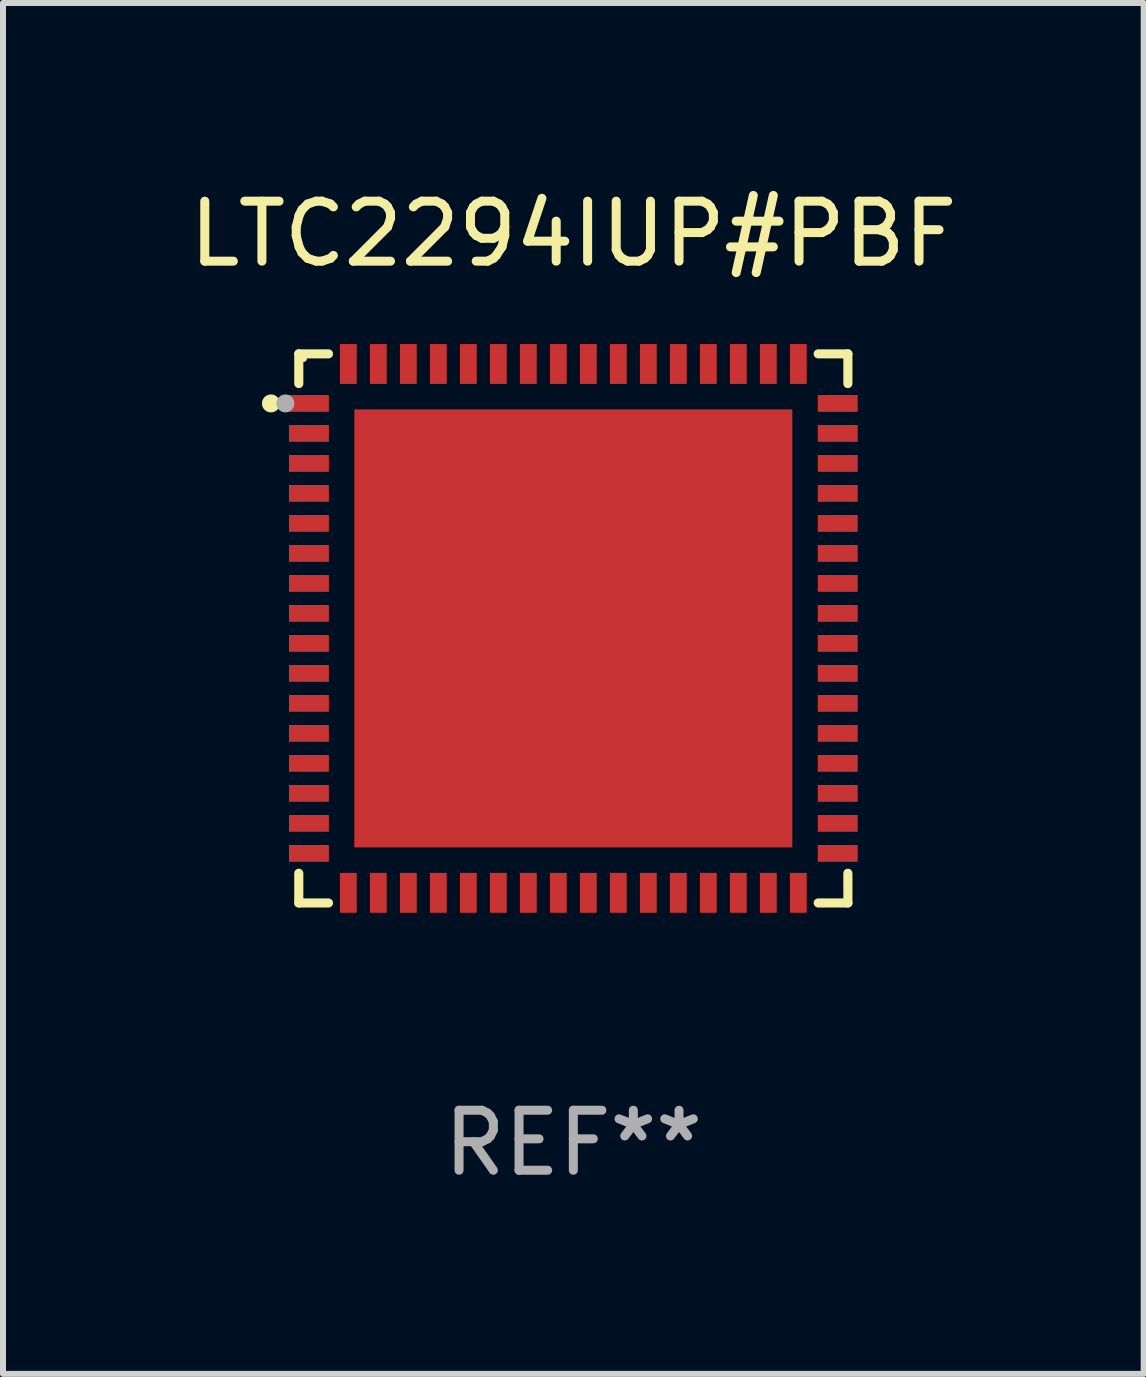
<source format=kicad_pcb>
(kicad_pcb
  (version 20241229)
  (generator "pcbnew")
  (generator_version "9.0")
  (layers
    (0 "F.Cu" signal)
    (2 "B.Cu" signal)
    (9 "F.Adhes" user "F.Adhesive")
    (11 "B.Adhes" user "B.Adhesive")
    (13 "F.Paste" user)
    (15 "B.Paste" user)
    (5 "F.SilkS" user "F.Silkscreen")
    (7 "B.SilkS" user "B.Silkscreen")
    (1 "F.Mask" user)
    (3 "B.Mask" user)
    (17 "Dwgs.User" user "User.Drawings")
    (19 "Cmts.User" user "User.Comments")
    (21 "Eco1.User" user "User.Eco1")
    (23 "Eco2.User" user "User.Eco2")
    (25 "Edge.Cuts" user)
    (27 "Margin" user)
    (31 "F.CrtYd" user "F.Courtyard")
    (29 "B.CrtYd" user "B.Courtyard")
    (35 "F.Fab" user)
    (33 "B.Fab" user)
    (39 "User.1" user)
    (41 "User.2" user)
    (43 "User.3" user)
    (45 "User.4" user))
  (footprint "LTC2294IUP#PBF"
    (layer "F.Cu")
    (at 6.506 7.424)
    (property "Reference" "LTC2294IUP#PBF" (at 0 -6.576 0) (layer "F.SilkS") (effects (font (size 1 1) (thickness 0.15))))
    (attr through_hole)
    (fp_line (start -4.576 -4.576) (end -4.576 -4.081) (stroke (width 0.152) (type solid)) (layer "F.SilkS"))
    (fp_line (start -4.576 4.576) (end -4.576 4.081) (stroke (width 0.152) (type solid)) (layer "F.SilkS"))
    (fp_line (start -4.081 -4.576) (end -4.576 -4.576) (stroke (width 0.152) (type solid)) (layer "F.SilkS"))
    (fp_line (start -4.081 4.576) (end -4.576 4.576) (stroke (width 0.152) (type solid)) (layer "F.SilkS"))
    (fp_line (start 4.081 -4.576) (end 4.576 -4.576) (stroke (width 0.152) (type solid)) (layer "F.SilkS"))
    (fp_line (start 4.081 4.576) (end 4.576 4.576) (stroke (width 0.152) (type solid)) (layer "F.SilkS"))
    (fp_line (start 4.576 -4.576) (end 4.576 -4.081) (stroke (width 0.152) (type solid)) (layer "F.SilkS"))
    (fp_line (start 4.576 4.576) (end 4.576 4.081) (stroke (width 0.152) (type solid)) (layer "F.SilkS"))
    (fp_circle (center -5.04 -3.75) (end -4.965 -3.75) (stroke (width 0.15) (type solid)) (fill no) (layer "F.SilkS"))
    (fp_circle (center -4.5 -4.5) (end -4.47 -4.5) (stroke (width 0.06) (type solid)) (fill no) (layer "F.SilkS"))
    (fp_circle (center -4.8 -3.75) (end -4.725 -3.75) (stroke (width 0.15) (type solid)) (fill no) (layer "F.Fab"))
    (fp_text user "REF**" (at 0 8.576 0) (layer "F.Fab") (effects (font (size 1 1) (thickness 0.15))))
    (pad "1" smd rect (at -4.407 -3.75) (size 0.665 0.28) (layers "F.Cu" "F.Mask" "F.Paste"))
    (pad "2" smd rect (at -4.407 -3.25) (size 0.665 0.28) (layers "F.Cu" "F.Mask" "F.Paste"))
    (pad "3" smd rect (at -4.407 -2.75) (size 0.665 0.28) (layers "F.Cu" "F.Mask" "F.Paste"))
    (pad "4" smd rect (at -4.407 -2.25) (size 0.665 0.28) (layers "F.Cu" "F.Mask" "F.Paste"))
    (pad "5" smd rect (at -4.407 -1.75) (size 0.665 0.28) (layers "F.Cu" "F.Mask" "F.Paste"))
    (pad "6" smd rect (at -4.407 -1.25) (size 0.665 0.28) (layers "F.Cu" "F.Mask" "F.Paste"))
    (pad "7" smd rect (at -4.407 -0.75) (size 0.665 0.28) (layers "F.Cu" "F.Mask" "F.Paste"))
    (pad "8" smd rect (at -4.407 -0.25) (size 0.665 0.28) (layers "F.Cu" "F.Mask" "F.Paste"))
    (pad "9" smd rect (at -4.407 0.25) (size 0.665 0.28) (layers "F.Cu" "F.Mask" "F.Paste"))
    (pad "10" smd rect (at -4.407 0.75) (size 0.665 0.28) (layers "F.Cu" "F.Mask" "F.Paste"))
    (pad "11" smd rect (at -4.407 1.25) (size 0.665 0.28) (layers "F.Cu" "F.Mask" "F.Paste"))
    (pad "12" smd rect (at -4.407 1.75) (size 0.665 0.28) (layers "F.Cu" "F.Mask" "F.Paste"))
    (pad "13" smd rect (at -4.407 2.25) (size 0.665 0.28) (layers "F.Cu" "F.Mask" "F.Paste"))
    (pad "14" smd rect (at -4.407 2.75) (size 0.665 0.28) (layers "F.Cu" "F.Mask" "F.Paste"))
    (pad "15" smd rect (at -4.407 3.25) (size 0.665 0.28) (layers "F.Cu" "F.Mask" "F.Paste"))
    (pad "16" smd rect (at -4.407 3.75) (size 0.665 0.28) (layers "F.Cu" "F.Mask" "F.Paste"))
    (pad "17" smd rect (at -3.75 4.407) (size 0.28 0.665) (layers "F.Cu" "F.Mask" "F.Paste"))
    (pad "18" smd rect (at -3.25 4.407) (size 0.28 0.665) (layers "F.Cu" "F.Mask" "F.Paste"))
    (pad "19" smd rect (at -2.75 4.407) (size 0.28 0.665) (layers "F.Cu" "F.Mask" "F.Paste"))
    (pad "20" smd rect (at -2.25 4.407) (size 0.28 0.665) (layers "F.Cu" "F.Mask" "F.Paste"))
    (pad "21" smd rect (at -1.75 4.407) (size 0.28 0.665) (layers "F.Cu" "F.Mask" "F.Paste"))
    (pad "22" smd rect (at -1.25 4.407) (size 0.28 0.665) (layers "F.Cu" "F.Mask" "F.Paste"))
    (pad "23" smd rect (at -0.75 4.407) (size 0.28 0.665) (layers "F.Cu" "F.Mask" "F.Paste"))
    (pad "24" smd rect (at -0.25 4.407) (size 0.28 0.665) (layers "F.Cu" "F.Mask" "F.Paste"))
    (pad "25" smd rect (at 0.25 4.407) (size 0.28 0.665) (layers "F.Cu" "F.Mask" "F.Paste"))
    (pad "26" smd rect (at 0.75 4.407) (size 0.28 0.665) (layers "F.Cu" "F.Mask" "F.Paste"))
    (pad "27" smd rect (at 1.25 4.407) (size 0.28 0.665) (layers "F.Cu" "F.Mask" "F.Paste"))
    (pad "28" smd rect (at 1.75 4.407) (size 0.28 0.665) (layers "F.Cu" "F.Mask" "F.Paste"))
    (pad "29" smd rect (at 2.25 4.407) (size 0.28 0.665) (layers "F.Cu" "F.Mask" "F.Paste"))
    (pad "30" smd rect (at 2.75 4.407) (size 0.28 0.665) (layers "F.Cu" "F.Mask" "F.Paste"))
    (pad "31" smd rect (at 3.25 4.407) (size 0.28 0.665) (layers "F.Cu" "F.Mask" "F.Paste"))
    (pad "32" smd rect (at 3.75 4.407) (size 0.28 0.665) (layers "F.Cu" "F.Mask" "F.Paste"))
    (pad "33" smd rect (at 4.407 3.75) (size 0.665 0.28) (layers "F.Cu" "F.Mask" "F.Paste"))
    (pad "34" smd rect (at 4.407 3.25) (size 0.665 0.28) (layers "F.Cu" "F.Mask" "F.Paste"))
    (pad "35" smd rect (at 4.407 2.75) (size 0.665 0.28) (layers "F.Cu" "F.Mask" "F.Paste"))
    (pad "36" smd rect (at 4.407 2.25) (size 0.665 0.28) (layers "F.Cu" "F.Mask" "F.Paste"))
    (pad "37" smd rect (at 4.407 1.75) (size 0.665 0.28) (layers "F.Cu" "F.Mask" "F.Paste"))
    (pad "38" smd rect (at 4.407 1.25) (size 0.665 0.28) (layers "F.Cu" "F.Mask" "F.Paste"))
    (pad "39" smd rect (at 4.407 0.75) (size 0.665 0.28) (layers "F.Cu" "F.Mask" "F.Paste"))
    (pad "40" smd rect (at 4.407 0.25) (size 0.665 0.28) (layers "F.Cu" "F.Mask" "F.Paste"))
    (pad "41" smd rect (at 4.407 -0.25) (size 0.665 0.28) (layers "F.Cu" "F.Mask" "F.Paste"))
    (pad "42" smd rect (at 4.407 -0.75) (size 0.665 0.28) (layers "F.Cu" "F.Mask" "F.Paste"))
    (pad "43" smd rect (at 4.407 -1.25) (size 0.665 0.28) (layers "F.Cu" "F.Mask" "F.Paste"))
    (pad "44" smd rect (at 4.407 -1.75) (size 0.665 0.28) (layers "F.Cu" "F.Mask" "F.Paste"))
    (pad "45" smd rect (at 4.407 -2.25) (size 0.665 0.28) (layers "F.Cu" "F.Mask" "F.Paste"))
    (pad "46" smd rect (at 4.407 -2.75) (size 0.665 0.28) (layers "F.Cu" "F.Mask" "F.Paste"))
    (pad "47" smd rect (at 4.407 -3.25) (size 0.665 0.28) (layers "F.Cu" "F.Mask" "F.Paste"))
    (pad "48" smd rect (at 4.407 -3.75) (size 0.665 0.28) (layers "F.Cu" "F.Mask" "F.Paste"))
    (pad "49" smd rect (at 3.75 -4.407) (size 0.28 0.665) (layers "F.Cu" "F.Mask" "F.Paste"))
    (pad "50" smd rect (at 3.25 -4.407) (size 0.28 0.665) (layers "F.Cu" "F.Mask" "F.Paste"))
    (pad "51" smd rect (at 2.75 -4.407) (size 0.28 0.665) (layers "F.Cu" "F.Mask" "F.Paste"))
    (pad "52" smd rect (at 2.25 -4.407) (size 0.28 0.665) (layers "F.Cu" "F.Mask" "F.Paste"))
    (pad "53" smd rect (at 1.75 -4.407) (size 0.28 0.665) (layers "F.Cu" "F.Mask" "F.Paste"))
    (pad "54" smd rect (at 1.25 -4.407) (size 0.28 0.665) (layers "F.Cu" "F.Mask" "F.Paste"))
    (pad "55" smd rect (at 0.75 -4.407) (size 0.28 0.665) (layers "F.Cu" "F.Mask" "F.Paste"))
    (pad "56" smd rect (at 0.25 -4.407) (size 0.28 0.665) (layers "F.Cu" "F.Mask" "F.Paste"))
    (pad "57" smd rect (at -0.25 -4.407) (size 0.28 0.665) (layers "F.Cu" "F.Mask" "F.Paste"))
    (pad "58" smd rect (at -0.75 -4.407) (size 0.28 0.665) (layers "F.Cu" "F.Mask" "F.Paste"))
    (pad "59" smd rect (at -1.25 -4.407) (size 0.28 0.665) (layers "F.Cu" "F.Mask" "F.Paste"))
    (pad "60" smd rect (at -1.75 -4.407) (size 0.28 0.665) (layers "F.Cu" "F.Mask" "F.Paste"))
    (pad "61" smd rect (at -2.25 -4.407) (size 0.28 0.665) (layers "F.Cu" "F.Mask" "F.Paste"))
    (pad "62" smd rect (at -2.75 -4.407) (size 0.28 0.665) (layers "F.Cu" "F.Mask" "F.Paste"))
    (pad "63" smd rect (at -3.25 -4.407) (size 0.28 0.665) (layers "F.Cu" "F.Mask" "F.Paste"))
    (pad "64" smd rect (at -3.75 -4.407) (size 0.28 0.665) (layers "F.Cu" "F.Mask" "F.Paste"))
    (pad "65" smd rect (at 0 0) (size 7.3 7.3) (layers "F.Cu" "F.Mask" "F.Paste")))
  (gr_rect
    (start -3 -3)
    (end 16.012 19.849)
    (stroke (width 0.1) (type default))
    (fill no)
    (layer "Edge.Cuts")))
</source>
